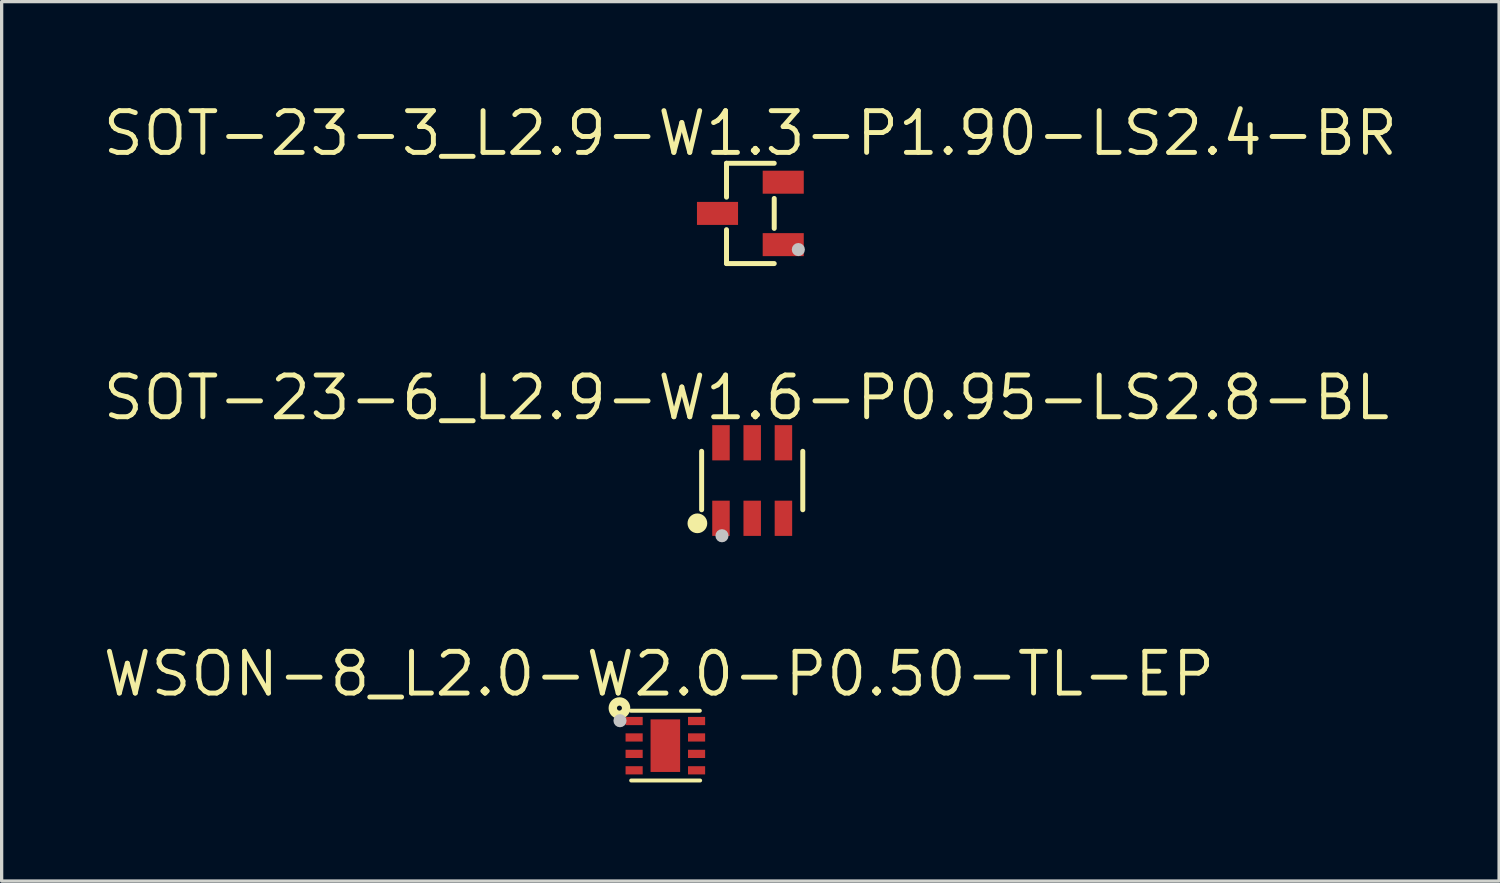
<source format=kicad_pcb>
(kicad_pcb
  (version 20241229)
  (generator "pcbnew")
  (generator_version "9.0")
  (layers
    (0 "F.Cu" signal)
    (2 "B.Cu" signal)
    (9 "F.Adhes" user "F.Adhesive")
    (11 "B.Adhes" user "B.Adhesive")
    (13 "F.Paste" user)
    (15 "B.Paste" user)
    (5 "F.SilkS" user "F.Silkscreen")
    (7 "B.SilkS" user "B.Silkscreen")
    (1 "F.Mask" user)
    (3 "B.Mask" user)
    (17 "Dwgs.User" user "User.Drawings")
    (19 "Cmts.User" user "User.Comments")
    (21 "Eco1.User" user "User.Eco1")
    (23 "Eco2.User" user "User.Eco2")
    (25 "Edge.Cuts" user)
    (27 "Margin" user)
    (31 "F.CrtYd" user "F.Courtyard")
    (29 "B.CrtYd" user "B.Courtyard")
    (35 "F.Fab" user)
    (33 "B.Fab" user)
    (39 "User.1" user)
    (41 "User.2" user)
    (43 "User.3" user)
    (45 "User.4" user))
  (footprint "SOT-23-6_L2.9-W1.6-P0.95-LS2.8-BL"
    (layer "F.Cu")
    (at 19.839 11.572)
    (property "Reference" "SOT-23-6_L2.9-W1.6-P0.95-LS2.8-BL" (at -0.176 -2.52 0) (layer "F.SilkS") (effects (font (size 1.27 1.27) (thickness 0.15))))
    (fp_line (start -1.539 0.889) (end -1.539 -0.889) (stroke (width 0.152) (type default)) (layer "F.SilkS"))
    (fp_line (start 1.539 0.889) (end 1.539 -0.889) (stroke (width 0.152) (type default)) (layer "F.SilkS"))
    (fp_circle (center -1.668 1.302) (end -1.518 1.302) (stroke (width 0.3) (type default)) (fill no) (layer "F.SilkS"))
    (fp_circle (center -0.92 1.68) (end -0.82 1.68) (stroke (width 0.2) (type default)) (fill no) (layer "Dwgs.User"))
    (fp_circle (center -1.463 1.4) (end -1.433 1.4) (stroke (width 0.06) (type default)) (fill no) (layer "User.5"))
    (pad "1" smd rect (at -0.95 1.149) (size 0.532 1.072) (layers "F.Cu" "F.Mask" "F.Paste"))
    (pad "2" smd rect (at 0 1.149) (size 0.532 1.072) (layers "F.Cu" "F.Mask" "F.Paste"))
    (pad "3" smd rect (at 0.95 1.149) (size 0.532 1.072) (layers "F.Cu" "F.Mask" "F.Paste"))
    (pad "4" smd rect (at 0.95 -1.149) (size 0.532 1.072) (layers "F.Cu" "F.Mask" "F.Paste"))
    (pad "5" smd rect (at 0 -1.149) (size 0.532 1.072) (layers "F.Cu" "F.Mask" "F.Paste"))
    (pad "6" smd rect (at -0.95 -1.149) (size 0.532 1.072) (layers "F.Cu" "F.Mask" "F.Paste"))
    (zone (net_name "") (layer "User.3") (hatch edge 0.5) (priority 100) (connect_pads yes) (min_thickness 0) (filled_areas_thickness no) (fill yes) (polygon (pts (xy 18.376 10.759) (xy 21.302 10.759) (xy 21.302 12.385) (xy 18.376 12.385))) (filled_polygon (layer "User.3") (island) (pts (xy 18.376 10.759) (xy 21.302 10.759) (xy 21.302 12.385) (xy 18.376 12.385))))
    (zone (net_name "") (layer "User.4") (hatch edge 0.5) (priority 100) (connect_pads) (min_thickness 0) (filled_areas_thickness no) (keepout (tracks allowed) (vias allowed) (pads allowed) (copperpour not_allowed) (footprints allowed)) (placement (enabled no)) (fill) (polygon (pts (xy 18.674 10.637) (xy 19.104 10.637) (xy 19.104 10.769) (xy 18.674 10.769))))
    (zone (net_name "") (layer "User.4") (hatch edge 0.5) (priority 100) (connect_pads yes) (min_thickness 0) (filled_areas_thickness no) (fill yes) (polygon (pts (xy 18.674 10.647) (xy 19.104 10.647) (xy 19.104 10.172) (xy 18.674 10.172))) (filled_polygon (layer "User.4") (island) (pts (xy 18.674 10.647) (xy 19.104 10.647) (xy 19.104 10.172) (xy 18.674 10.172))))
    (zone (net_name "") (layer "User.4") (hatch edge 0.5) (priority 100) (connect_pads) (min_thickness 0) (filled_areas_thickness no) (keepout (tracks allowed) (vias allowed) (pads allowed) (copperpour not_allowed) (footprints allowed)) (placement (enabled no)) (fill) (polygon (pts (xy 18.674 12.375) (xy 19.104 12.375) (xy 19.104 12.507) (xy 18.674 12.507))))
    (zone (net_name "") (layer "User.4") (hatch edge 0.5) (priority 100) (connect_pads yes) (min_thickness 0) (filled_areas_thickness no) (fill yes) (polygon (pts (xy 18.674 12.497) (xy 19.104 12.497) (xy 19.104 12.972) (xy 18.674 12.972))) (filled_polygon (layer "User.4") (island) (pts (xy 18.674 12.497) (xy 19.104 12.497) (xy 19.104 12.972) (xy 18.674 12.972))))
    (zone (net_name "") (layer "User.4") (hatch edge 0.5) (priority 100) (connect_pads) (min_thickness 0) (filled_areas_thickness no) (keepout (tracks allowed) (vias allowed) (pads allowed) (copperpour not_allowed) (footprints allowed)) (placement (enabled no)) (fill) (polygon (pts (xy 19.624 10.637) (xy 20.054 10.637) (xy 20.054 10.769) (xy 19.624 10.769))))
    (zone (net_name "") (layer "User.4") (hatch edge 0.5) (priority 100) (connect_pads yes) (min_thickness 0) (filled_areas_thickness no) (fill yes) (polygon (pts (xy 19.624 10.647) (xy 20.054 10.647) (xy 20.054 10.172) (xy 19.624 10.172))) (filled_polygon (layer "User.4") (island) (pts (xy 19.624 10.647) (xy 20.054 10.647) (xy 20.054 10.172) (xy 19.624 10.172))))
    (zone (net_name "") (layer "User.4") (hatch edge 0.5) (priority 100) (connect_pads) (min_thickness 0) (filled_areas_thickness no) (keepout (tracks allowed) (vias allowed) (pads allowed) (copperpour not_allowed) (footprints allowed)) (placement (enabled no)) (fill) (polygon (pts (xy 19.624 12.375) (xy 20.054 12.375) (xy 20.054 12.507) (xy 19.624 12.507))))
    (zone (net_name "") (layer "User.4") (hatch edge 0.5) (priority 100) (connect_pads yes) (min_thickness 0) (filled_areas_thickness no) (fill yes) (polygon (pts (xy 19.624 12.497) (xy 20.054 12.497) (xy 20.054 12.972) (xy 19.624 12.972))) (filled_polygon (layer "User.4") (island) (pts (xy 19.624 12.497) (xy 20.054 12.497) (xy 20.054 12.972) (xy 19.624 12.972))))
    (zone (net_name "") (layer "User.4") (hatch edge 0.5) (priority 100) (connect_pads) (min_thickness 0) (filled_areas_thickness no) (keepout (tracks allowed) (vias allowed) (pads allowed) (copperpour not_allowed) (footprints allowed)) (placement (enabled no)) (fill) (polygon (pts (xy 20.574 10.637) (xy 21.004 10.637) (xy 21.004 10.769) (xy 20.574 10.769))))
    (zone (net_name "") (layer "User.4") (hatch edge 0.5) (priority 100) (connect_pads yes) (min_thickness 0) (filled_areas_thickness no) (fill yes) (polygon (pts (xy 20.574 10.647) (xy 21.004 10.647) (xy 21.004 10.172) (xy 20.574 10.172))) (filled_polygon (layer "User.4") (island) (pts (xy 20.574 10.647) (xy 21.004 10.647) (xy 21.004 10.172) (xy 20.574 10.172))))
    (zone (net_name "") (layer "User.4") (hatch edge 0.5) (priority 100) (connect_pads) (min_thickness 0) (filled_areas_thickness no) (keepout (tracks allowed) (vias allowed) (pads allowed) (copperpour not_allowed) (footprints allowed)) (placement (enabled no)) (fill) (polygon (pts (xy 20.574 12.375) (xy 21.004 12.375) (xy 21.004 12.507) (xy 20.574 12.507))))
    (zone (net_name "") (layer "User.4") (hatch edge 0.5) (priority 100) (connect_pads yes) (min_thickness 0) (filled_areas_thickness no) (fill yes) (polygon (pts (xy 20.574 12.497) (xy 21.004 12.497) (xy 21.004 12.972) (xy 20.574 12.972))) (filled_polygon (layer "User.4") (island) (pts (xy 20.574 12.497) (xy 21.004 12.497) (xy 21.004 12.972) (xy 20.574 12.972)))))
  (footprint "WSON-8_L2.0-W2.0-P0.50-TL-EP"
    (layer "F.Cu")
    (at 17.196 19.64)
    (property "Reference" "WSON-8_L2.0-W2.0-P0.50-TL-EP" (at -0.195 -2.181 0) (layer "F.SilkS") (effects (font (size 1.27 1.27) (thickness 0.15))))
    (fp_line (start -1.04 1.06) (end 1.059 1.06) (stroke (width 0.12) (type default)) (layer "F.SilkS"))
    (fp_line (start 1.05 -1.063) (end -1.05 -1.063) (stroke (width 0.12) (type default)) (layer "F.SilkS"))
    (fp_circle (center -1.397 -1.143) (end -1.321 -1.143) (stroke (width 0.254) (type default)) (fill no) (layer "F.SilkS"))
    (fp_circle (center -1.38 -0.76) (end -1.28 -0.76) (stroke (width 0.2) (type default)) (fill no) (layer "Dwgs.User"))
    (fp_circle (center -1 -1) (end -0.97 -1) (stroke (width 0.06) (type default)) (fill no) (layer "User.5"))
    (pad "1" smd rect (at -0.95 -0.75) (size 0.521 0.25) (layers "F.Cu" "F.Mask" "F.Paste"))
    (pad "2" smd rect (at -0.95 -0.25) (size 0.521 0.25) (layers "F.Cu" "F.Mask" "F.Paste"))
    (pad "3" smd rect (at -0.95 0.25) (size 0.521 0.25) (layers "F.Cu" "F.Mask" "F.Paste"))
    (pad "4" smd rect (at -0.95 0.75) (size 0.521 0.25) (layers "F.Cu" "F.Mask" "F.Paste"))
    (pad "5" smd rect (at 0.95 0.75) (size 0.521 0.25) (layers "F.Cu" "F.Mask" "F.Paste"))
    (pad "6" smd rect (at 0.95 0.25) (size 0.521 0.25) (layers "F.Cu" "F.Mask" "F.Paste"))
    (pad "7" smd rect (at 0.95 -0.25) (size 0.521 0.25) (layers "F.Cu" "F.Mask" "F.Paste"))
    (pad "8" smd rect (at 0.95 -0.75) (size 0.521 0.25) (layers "F.Cu" "F.Mask" "F.Paste"))
    (pad "9" smd rect (at 0 0) (size 0.9 1.6) (layers "F.Cu" "F.Mask" "F.Paste"))
    (zone (net_name "") (layer "User.3") (hatch edge 0.5) (priority 100) (connect_pads yes) (min_thickness 0) (filled_areas_thickness no) (fill yes) (polygon (pts (xy 16.196 18.64) (xy 18.196 18.64) (xy 18.196 20.64) (xy 16.196 20.64))) (filled_polygon (layer "User.3") (island) (pts (xy 16.196 18.64) (xy 18.196 18.64) (xy 18.196 20.64) (xy 16.196 20.64))))
    (zone (net_name "") (layer "User.4") (hatch edge 0.5) (priority 100) (connect_pads yes) (min_thickness 0) (filled_areas_thickness no) (fill yes) (polygon (pts (xy 16.196 18.765) (xy 16.496 18.765) (xy 16.496 19.015) (xy 16.196 19.015))) (filled_polygon (layer "User.4") (island) (pts (xy 16.196 18.765) (xy 16.496 18.765) (xy 16.496 19.015) (xy 16.196 19.015))))
    (zone (net_name "") (layer "User.4") (hatch edge 0.5) (priority 100) (connect_pads yes) (min_thickness 0) (filled_areas_thickness no) (fill yes) (polygon (pts (xy 16.196 19.265) (xy 16.496 19.265) (xy 16.496 19.515) (xy 16.196 19.515))) (filled_polygon (layer "User.4") (island) (pts (xy 16.196 19.265) (xy 16.496 19.265) (xy 16.496 19.515) (xy 16.196 19.515))))
    (zone (net_name "") (layer "User.4") (hatch edge 0.5) (priority 100) (connect_pads yes) (min_thickness 0) (filled_areas_thickness no) (fill yes) (polygon (pts (xy 16.196 19.765) (xy 16.496 19.765) (xy 16.496 20.015) (xy 16.196 20.015))) (filled_polygon (layer "User.4") (island) (pts (xy 16.196 19.765) (xy 16.496 19.765) (xy 16.496 20.015) (xy 16.196 20.015))))
    (zone (net_name "") (layer "User.4") (hatch edge 0.5) (priority 100) (connect_pads yes) (min_thickness 0) (filled_areas_thickness no) (fill yes) (polygon (pts (xy 16.196 20.265) (xy 16.496 20.265) (xy 16.496 20.515) (xy 16.196 20.515))) (filled_polygon (layer "User.4") (island) (pts (xy 16.196 20.265) (xy 16.496 20.265) (xy 16.496 20.515) (xy 16.196 20.515))))
    (zone (net_name "") (layer "User.4") (hatch edge 0.5) (priority 100) (connect_pads yes) (min_thickness 0) (filled_areas_thickness no) (fill yes) (polygon (pts (xy 16.746 18.84) (xy 17.646 18.84) (xy 17.646 20.44) (xy 16.746 20.44))) (filled_polygon (layer "User.4") (island) (pts (xy 16.746 18.84) (xy 17.646 18.84) (xy 17.646 20.44) (xy 16.746 20.44))))
    (zone (net_name "") (layer "User.4") (hatch edge 0.5) (priority 100) (connect_pads yes) (min_thickness 0) (filled_areas_thickness no) (fill yes) (polygon (pts (xy 17.896 18.765) (xy 18.196 18.765) (xy 18.196 19.015) (xy 17.896 19.015))) (filled_polygon (layer "User.4") (island) (pts (xy 17.896 18.765) (xy 18.196 18.765) (xy 18.196 19.015) (xy 17.896 19.015))))
    (zone (net_name "") (layer "User.4") (hatch edge 0.5) (priority 100) (connect_pads yes) (min_thickness 0) (filled_areas_thickness no) (fill yes) (polygon (pts (xy 17.896 19.265) (xy 18.196 19.265) (xy 18.196 19.515) (xy 17.896 19.515))) (filled_polygon (layer "User.4") (island) (pts (xy 17.896 19.265) (xy 18.196 19.265) (xy 18.196 19.515) (xy 17.896 19.515))))
    (zone (net_name "") (layer "User.4") (hatch edge 0.5) (priority 100) (connect_pads yes) (min_thickness 0) (filled_areas_thickness no) (fill yes) (polygon (pts (xy 17.896 19.765) (xy 18.196 19.765) (xy 18.196 20.015) (xy 17.896 20.015))) (filled_polygon (layer "User.4") (island) (pts (xy 17.896 19.765) (xy 18.196 19.765) (xy 18.196 20.015) (xy 17.896 20.015))))
    (zone (net_name "") (layer "User.4") (hatch edge 0.5) (priority 100) (connect_pads yes) (min_thickness 0) (filled_areas_thickness no) (fill yes) (polygon (pts (xy 17.896 20.265) (xy 18.196 20.265) (xy 18.196 20.515) (xy 17.896 20.515))) (filled_polygon (layer "User.4") (island) (pts (xy 17.896 20.265) (xy 18.196 20.265) (xy 18.196 20.515) (xy 17.896 20.515)))))
  (footprint "SOT-23-3_L2.9-W1.3-P1.90-LS2.4-BR"
    (layer "F.Cu")
    (at 19.783 3.444)
    (property "Reference" "SOT-23-3_L2.9-W1.3-P1.90-LS2.4-BR" (at 0 -2.437 0) (layer "F.SilkS") (effects (font (size 1.27 1.27) (thickness 0.15))))
    (fp_line (start -0.726 -1.526) (end -0.726 -0.495) (stroke (width 0.152) (type default)) (layer "F.SilkS"))
    (fp_line (start -0.726 1.526) (end -0.726 0.495) (stroke (width 0.152) (type default)) (layer "F.SilkS"))
    (fp_line (start 0.726 -1.526) (end -0.726 -1.526) (stroke (width 0.152) (type default)) (layer "F.SilkS"))
    (fp_line (start 0.726 -0.455) (end 0.726 0.455) (stroke (width 0.152) (type default)) (layer "F.SilkS"))
    (fp_line (start 0.726 1.526) (end -0.726 1.526) (stroke (width 0.152) (type default)) (layer "F.SilkS"))
    (fp_circle (center 1.46 1.1) (end 1.56 1.1) (stroke (width 0.2) (type default)) (fill no) (layer "Dwgs.User"))
    (fp_circle (center 1.2 1.45) (end 1.23 1.45) (stroke (width 0.06) (type default)) (fill no) (layer "User.5"))
    (pad "1" smd rect (at 1 0.95) (size 1.25 0.7) (layers "F.Cu" "F.Mask" "F.Paste"))
    (pad "2" smd rect (at 1 -0.95) (size 1.25 0.7) (layers "F.Cu" "F.Mask" "F.Paste"))
    (pad "3" smd rect (at -1 0) (size 1.25 0.7) (layers "F.Cu" "F.Mask" "F.Paste"))
    (zone (net_name "") (layer "User.3") (hatch edge 0.5) (priority 100) (connect_pads yes) (min_thickness 0) (filled_areas_thickness no) (fill yes) (polygon (pts (xy 19.133 4.894) (xy 19.133 1.994) (xy 20.433 1.994) (xy 20.433 4.894))) (filled_polygon (layer "User.3") (island) (pts (xy 19.133 4.894) (xy 19.133 1.994) (xy 20.433 1.994) (xy 20.433 4.894))))
    (zone (net_name "") (layer "User.4") (hatch edge 0.5) (priority 100) (connect_pads yes) (min_thickness 0) (filled_areas_thickness no) (fill yes) (polygon (pts (xy 18.583 3.659) (xy 18.583 3.229) (xy 18.883 3.229) (xy 18.883 3.659))) (filled_polygon (layer "User.4") (island) (pts (xy 18.583 3.659) (xy 18.583 3.229) (xy 18.883 3.229) (xy 18.883 3.659))))
    (zone (net_name "") (layer "User.4") (hatch edge 0.5) (priority 100) (connect_pads) (min_thickness 0) (filled_areas_thickness no) (keepout (tracks allowed) (vias allowed) (pads allowed) (copperpour not_allowed) (footprints allowed)) (placement (enabled no)) (fill) (polygon (pts (xy 18.873 3.659) (xy 18.873 3.229) (xy 19.143 3.229) (xy 19.143 3.659))))
    (zone (net_name "") (layer "User.4") (hatch edge 0.5) (priority 100) (connect_pads) (min_thickness 0) (filled_areas_thickness no) (keepout (tracks allowed) (vias allowed) (pads allowed) (copperpour not_allowed) (footprints allowed)) (placement (enabled no)) (fill) (polygon (pts (xy 20.423 2.709) (xy 20.423 2.279) (xy 20.693 2.279) (xy 20.693 2.709))))
    (zone (net_name "") (layer "User.4") (hatch edge 0.5) (priority 100) (connect_pads) (min_thickness 0) (filled_areas_thickness no) (keepout (tracks allowed) (vias allowed) (pads allowed) (copperpour not_allowed) (footprints allowed)) (placement (enabled no)) (fill) (polygon (pts (xy 20.423 4.609) (xy 20.423 4.178) (xy 20.693 4.178) (xy 20.693 4.609))))
    (zone (net_name "") (layer "User.4") (hatch edge 0.5) (priority 100) (connect_pads yes) (min_thickness 0) (filled_areas_thickness no) (fill yes) (polygon (pts (xy 20.683 2.709) (xy 20.683 2.279) (xy 20.983 2.279) (xy 20.983 2.709))) (filled_polygon (layer "User.4") (island) (pts (xy 20.683 2.709) (xy 20.683 2.279) (xy 20.983 2.279) (xy 20.983 2.709))))
    (zone (net_name "") (layer "User.4") (hatch edge 0.5) (priority 100) (connect_pads yes) (min_thickness 0) (filled_areas_thickness no) (fill yes) (polygon (pts (xy 20.683 4.609) (xy 20.683 4.178) (xy 20.983 4.178) (xy 20.983 4.609))) (filled_polygon (layer "User.4") (island) (pts (xy 20.683 4.609) (xy 20.683 4.178) (xy 20.983 4.178) (xy 20.983 4.609)))))
  (gr_rect
    (start -3 -3)
    (end 42.566 23.76)
    (stroke (width 0.1) (type default))
    (fill no)
    (layer "Edge.Cuts")))
</source>
